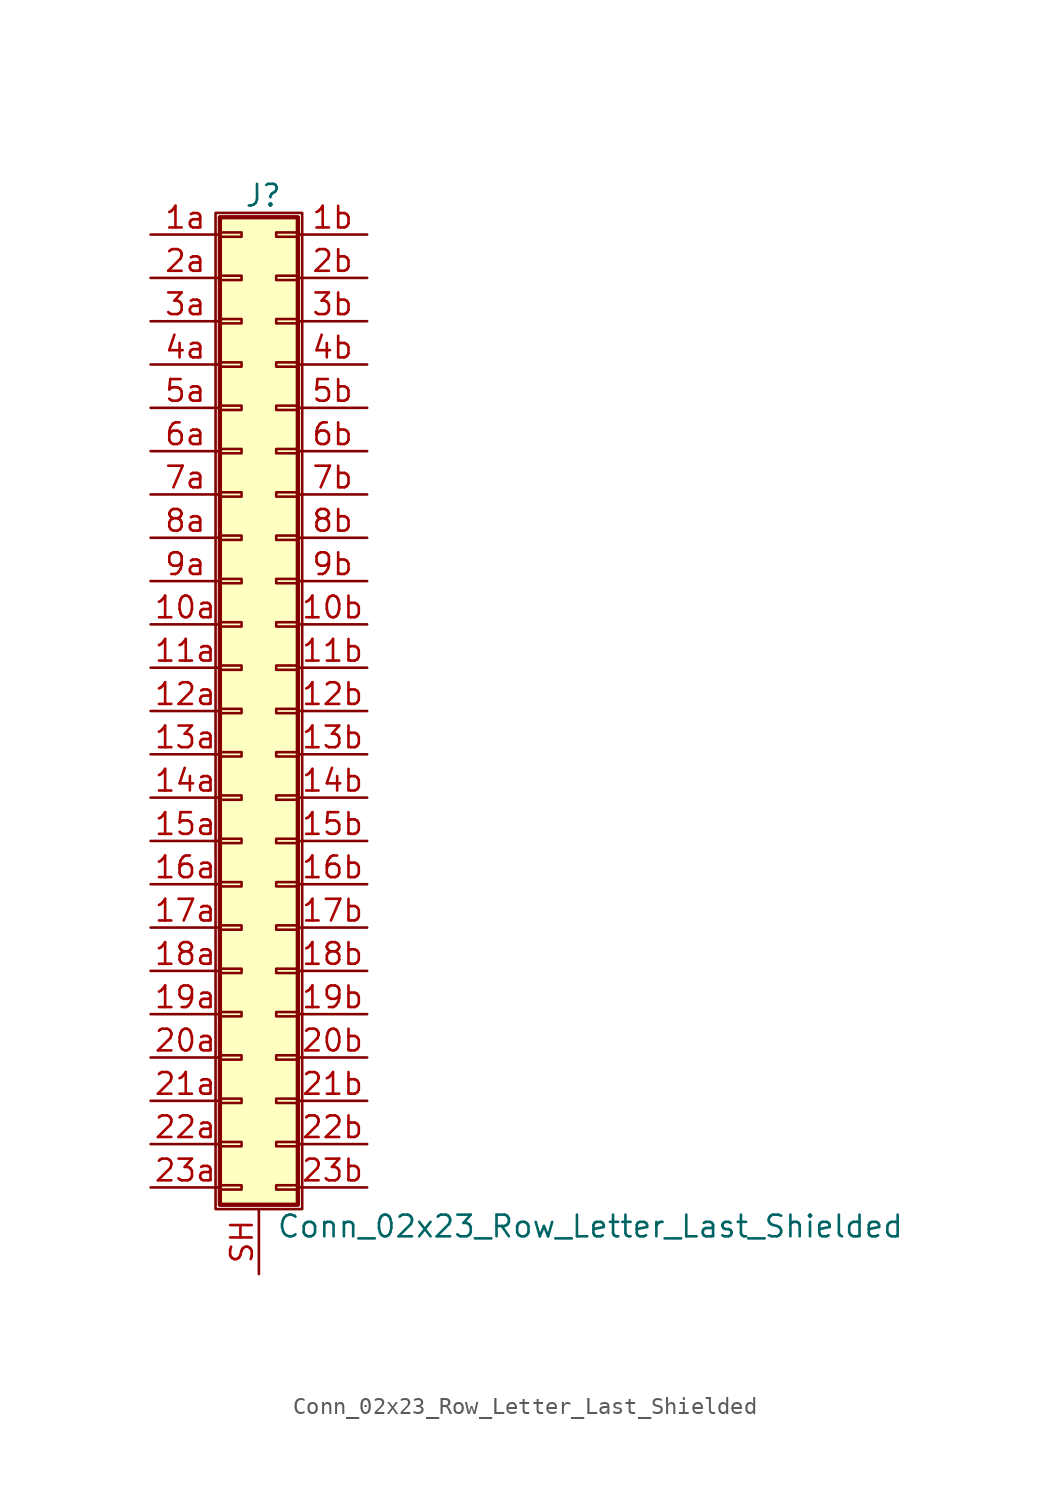
<source format=kicad_sym>
(kicad_symbol_lib
  (version 20201005)
  (generator kicad_symbol_editor)
  (symbol "Conn_02x23_Row_Letter_Last_Shielded"
    (pin_names
      (offset 1.016) hide)
    (property "Reference" "J"
      (at 1.524 30.226 0)
      (effects (font (size 1.27 1.27))))
    (property "Value" "Conn_02x23_Row_Letter_Last_Shielded"
      (at 2.286 -30.226 0)
      (effects (font (size 1.27 1.27)) (justify left)))
    (symbol "Conn_02x23_Row_Letter_Last_Shielded_1_1"
      (rectangle (start -1.27 29.21) (end 3.81 -29.21) (stroke (width 0.152)) (fill (type none)))
      (rectangle (start -1.016 -27.813) (end 0.254 -28.067) (stroke (width 0.152)) (fill (type none)))
      (rectangle (start -1.016 -25.273) (end 0.254 -25.527) (stroke (width 0.152)) (fill (type none)))
      (rectangle (start -1.016 -22.733) (end 0.254 -22.987) (stroke (width 0.152)) (fill (type none)))
      (rectangle (start -1.016 -20.193) (end 0.254 -20.447) (stroke (width 0.152)) (fill (type none)))
      (rectangle (start -1.016 -17.653) (end 0.254 -17.907) (stroke (width 0.152)) (fill (type none)))
      (rectangle (start -1.016 -15.113) (end 0.254 -15.367) (stroke (width 0.152)) (fill (type none)))
      (rectangle (start -1.016 -12.573) (end 0.254 -12.827) (stroke (width 0.152)) (fill (type none)))
      (rectangle (start -1.016 -10.033) (end 0.254 -10.287) (stroke (width 0.152)) (fill (type none)))
      (rectangle (start -1.016 -7.493) (end 0.254 -7.747) (stroke (width 0.152)) (fill (type none)))
      (rectangle (start -1.016 -4.953) (end 0.254 -5.207) (stroke (width 0.152)) (fill (type none)))
      (rectangle (start -1.016 -2.413) (end 0.254 -2.667) (stroke (width 0.152)) (fill (type none)))
      (rectangle (start -1.016 0.127) (end 0.254 -0.127) (stroke (width 0.152)) (fill (type none)))
      (rectangle (start -1.016 2.667) (end 0.254 2.413) (stroke (width 0.152)) (fill (type none)))
      (rectangle (start -1.016 5.207) (end 0.254 4.953) (stroke (width 0.152)) (fill (type none)))
      (rectangle (start -1.016 7.747) (end 0.254 7.493) (stroke (width 0.152)) (fill (type none)))
      (rectangle (start -1.016 10.287) (end 0.254 10.033) (stroke (width 0.152)) (fill (type none)))
      (rectangle (start -1.016 12.827) (end 0.254 12.573) (stroke (width 0.152)) (fill (type none)))
      (rectangle (start -1.016 15.367) (end 0.254 15.113) (stroke (width 0.152)) (fill (type none)))
      (rectangle (start -1.016 17.907) (end 0.254 17.653) (stroke (width 0.152)) (fill (type none)))
      (rectangle (start -1.016 20.447) (end 0.254 20.193) (stroke (width 0.152)) (fill (type none)))
      (rectangle (start -1.016 22.987) (end 0.254 22.733) (stroke (width 0.152)) (fill (type none)))
      (rectangle (start -1.016 25.527) (end 0.254 25.273) (stroke (width 0.152)) (fill (type none)))
      (rectangle (start -1.016 28.067) (end 0.254 27.813) (stroke (width 0.152)) (fill (type none)))
      (rectangle (start 3.556 -27.813) (end 2.286 -28.067) (stroke (width 0.152)) (fill (type none)))
      (rectangle (start 3.556 -25.273) (end 2.286 -25.527) (stroke (width 0.152)) (fill (type none)))
      (rectangle (start 3.556 -22.733) (end 2.286 -22.987) (stroke (width 0.152)) (fill (type none)))
      (rectangle (start 3.556 -20.193) (end 2.286 -20.447) (stroke (width 0.152)) (fill (type none)))
      (rectangle (start 3.556 -17.653) (end 2.286 -17.907) (stroke (width 0.152)) (fill (type none)))
      (rectangle (start 3.556 -15.113) (end 2.286 -15.367) (stroke (width 0.152)) (fill (type none)))
      (rectangle (start 3.556 -12.573) (end 2.286 -12.827) (stroke (width 0.152)) (fill (type none)))
      (rectangle (start 3.556 -10.033) (end 2.286 -10.287) (stroke (width 0.152)) (fill (type none)))
      (rectangle (start 3.556 -7.493) (end 2.286 -7.747) (stroke (width 0.152)) (fill (type none)))
      (rectangle (start 3.556 -4.953) (end 2.286 -5.207) (stroke (width 0.152)) (fill (type none)))
      (rectangle (start 3.556 -2.413) (end 2.286 -2.667) (stroke (width 0.152)) (fill (type none)))
      (rectangle (start 3.556 0.127) (end 2.286 -0.127) (stroke (width 0.152)) (fill (type none)))
      (rectangle (start 3.556 2.667) (end 2.286 2.413) (stroke (width 0.152)) (fill (type none)))
      (rectangle (start 3.556 5.207) (end 2.286 4.953) (stroke (width 0.152)) (fill (type none)))
      (rectangle (start 3.556 7.747) (end 2.286 7.493) (stroke (width 0.152)) (fill (type none)))
      (rectangle (start 3.556 10.287) (end 2.286 10.033) (stroke (width 0.152)) (fill (type none)))
      (rectangle (start 3.556 12.827) (end 2.286 12.573) (stroke (width 0.152)) (fill (type none)))
      (rectangle (start 3.556 15.367) (end 2.286 15.113) (stroke (width 0.152)) (fill (type none)))
      (rectangle (start 3.556 17.907) (end 2.286 17.653) (stroke (width 0.152)) (fill (type none)))
      (rectangle (start 3.556 20.447) (end 2.286 20.193) (stroke (width 0.152)) (fill (type none)))
      (rectangle (start 3.556 22.987) (end 2.286 22.733) (stroke (width 0.152)) (fill (type none)))
      (rectangle (start 3.556 25.527) (end 2.286 25.273) (stroke (width 0.152)) (fill (type none)))
      (rectangle (start 3.556 28.067) (end 2.286 27.813) (stroke (width 0.152)) (fill (type none)))
      (rectangle (start -1.016 28.956) (end 3.556 -28.956) (stroke (width 0.254)) (fill (type background)))
      (pin passive line (at -5.08 5.08 0) (length 4.064) (name "Pin_10a" (effects (font (size 1.27 1.27)))) (number "10a" (effects (font (size 1.27 1.27)))))
      (pin passive line (at 7.62 5.08 180) (length 4.064) (name "Pin_10b" (effects (font (size 1.27 1.27)))) (number "10b" (effects (font (size 1.27 1.27)))))
      (pin passive line (at -5.08 2.54 0) (length 4.064) (name "Pin_11a" (effects (font (size 1.27 1.27)))) (number "11a" (effects (font (size 1.27 1.27)))))
      (pin passive line (at 7.62 2.54 180) (length 4.064) (name "Pin_11b" (effects (font (size 1.27 1.27)))) (number "11b" (effects (font (size 1.27 1.27)))))
      (pin passive line (at -5.08 0 0) (length 4.064) (name "Pin_12a" (effects (font (size 1.27 1.27)))) (number "12a" (effects (font (size 1.27 1.27)))))
      (pin passive line (at 7.62 0 180) (length 4.064) (name "Pin_12b" (effects (font (size 1.27 1.27)))) (number "12b" (effects (font (size 1.27 1.27)))))
      (pin passive line (at -5.08 -2.54 0) (length 4.064) (name "Pin_13a" (effects (font (size 1.27 1.27)))) (number "13a" (effects (font (size 1.27 1.27)))))
      (pin passive line (at 7.62 -2.54 180) (length 4.064) (name "Pin_13b" (effects (font (size 1.27 1.27)))) (number "13b" (effects (font (size 1.27 1.27)))))
      (pin passive line (at -5.08 -5.08 0) (length 4.064) (name "Pin_14a" (effects (font (size 1.27 1.27)))) (number "14a" (effects (font (size 1.27 1.27)))))
      (pin passive line (at 7.62 -5.08 180) (length 4.064) (name "Pin_14b" (effects (font (size 1.27 1.27)))) (number "14b" (effects (font (size 1.27 1.27)))))
      (pin passive line (at -5.08 -7.62 0) (length 4.064) (name "Pin_15a" (effects (font (size 1.27 1.27)))) (number "15a" (effects (font (size 1.27 1.27)))))
      (pin passive line (at 7.62 -7.62 180) (length 4.064) (name "Pin_15b" (effects (font (size 1.27 1.27)))) (number "15b" (effects (font (size 1.27 1.27)))))
      (pin passive line (at -5.08 -10.16 0) (length 4.064) (name "Pin_16a" (effects (font (size 1.27 1.27)))) (number "16a" (effects (font (size 1.27 1.27)))))
      (pin passive line (at 7.62 -10.16 180) (length 4.064) (name "Pin_16b" (effects (font (size 1.27 1.27)))) (number "16b" (effects (font (size 1.27 1.27)))))
      (pin passive line (at -5.08 -12.7 0) (length 4.064) (name "Pin_17a" (effects (font (size 1.27 1.27)))) (number "17a" (effects (font (size 1.27 1.27)))))
      (pin passive line (at 7.62 -12.7 180) (length 4.064) (name "Pin_17b" (effects (font (size 1.27 1.27)))) (number "17b" (effects (font (size 1.27 1.27)))))
      (pin passive line (at -5.08 -15.24 0) (length 4.064) (name "Pin_18a" (effects (font (size 1.27 1.27)))) (number "18a" (effects (font (size 1.27 1.27)))))
      (pin passive line (at 7.62 -15.24 180) (length 4.064) (name "Pin_18b" (effects (font (size 1.27 1.27)))) (number "18b" (effects (font (size 1.27 1.27)))))
      (pin passive line (at -5.08 -17.78 0) (length 4.064) (name "Pin_19a" (effects (font (size 1.27 1.27)))) (number "19a" (effects (font (size 1.27 1.27)))))
      (pin passive line (at 7.62 -17.78 180) (length 4.064) (name "Pin_19b" (effects (font (size 1.27 1.27)))) (number "19b" (effects (font (size 1.27 1.27)))))
      (pin passive line (at -5.08 27.94 0) (length 4.064) (name "Pin_1a" (effects (font (size 1.27 1.27)))) (number "1a" (effects (font (size 1.27 1.27)))))
      (pin passive line (at 7.62 27.94 180) (length 4.064) (name "Pin_1b" (effects (font (size 1.27 1.27)))) (number "1b" (effects (font (size 1.27 1.27)))))
      (pin passive line (at -5.08 -20.32 0) (length 4.064) (name "Pin_20a" (effects (font (size 1.27 1.27)))) (number "20a" (effects (font (size 1.27 1.27)))))
      (pin passive line (at 7.62 -20.32 180) (length 4.064) (name "Pin_20b" (effects (font (size 1.27 1.27)))) (number "20b" (effects (font (size 1.27 1.27)))))
      (pin passive line (at -5.08 -22.86 0) (length 4.064) (name "Pin_21a" (effects (font (size 1.27 1.27)))) (number "21a" (effects (font (size 1.27 1.27)))))
      (pin passive line (at 7.62 -22.86 180) (length 4.064) (name "Pin_21b" (effects (font (size 1.27 1.27)))) (number "21b" (effects (font (size 1.27 1.27)))))
      (pin passive line (at -5.08 -25.4 0) (length 4.064) (name "Pin_22a" (effects (font (size 1.27 1.27)))) (number "22a" (effects (font (size 1.27 1.27)))))
      (pin passive line (at 7.62 -25.4 180) (length 4.064) (name "Pin_22b" (effects (font (size 1.27 1.27)))) (number "22b" (effects (font (size 1.27 1.27)))))
      (pin passive line (at -5.08 -27.94 0) (length 4.064) (name "Pin_23a" (effects (font (size 1.27 1.27)))) (number "23a" (effects (font (size 1.27 1.27)))))
      (pin passive line (at 7.62 -27.94 180) (length 4.064) (name "Pin_23b" (effects (font (size 1.27 1.27)))) (number "23b" (effects (font (size 1.27 1.27)))))
      (pin passive line (at -5.08 25.4 0) (length 4.064) (name "Pin_2a" (effects (font (size 1.27 1.27)))) (number "2a" (effects (font (size 1.27 1.27)))))
      (pin passive line (at 7.62 25.4 180) (length 4.064) (name "Pin_2b" (effects (font (size 1.27 1.27)))) (number "2b" (effects (font (size 1.27 1.27)))))
      (pin passive line (at -5.08 22.86 0) (length 4.064) (name "Pin_3a" (effects (font (size 1.27 1.27)))) (number "3a" (effects (font (size 1.27 1.27)))))
      (pin passive line (at 7.62 22.86 180) (length 4.064) (name "Pin_3b" (effects (font (size 1.27 1.27)))) (number "3b" (effects (font (size 1.27 1.27)))))
      (pin passive line (at -5.08 20.32 0) (length 4.064) (name "Pin_4a" (effects (font (size 1.27 1.27)))) (number "4a" (effects (font (size 1.27 1.27)))))
      (pin passive line (at 7.62 20.32 180) (length 4.064) (name "Pin_4b" (effects (font (size 1.27 1.27)))) (number "4b" (effects (font (size 1.27 1.27)))))
      (pin passive line (at -5.08 17.78 0) (length 4.064) (name "Pin_5a" (effects (font (size 1.27 1.27)))) (number "5a" (effects (font (size 1.27 1.27)))))
      (pin passive line (at 7.62 17.78 180) (length 4.064) (name "Pin_5b" (effects (font (size 1.27 1.27)))) (number "5b" (effects (font (size 1.27 1.27)))))
      (pin passive line (at -5.08 15.24 0) (length 4.064) (name "Pin_6a" (effects (font (size 1.27 1.27)))) (number "6a" (effects (font (size 1.27 1.27)))))
      (pin passive line (at 7.62 15.24 180) (length 4.064) (name "Pin_6b" (effects (font (size 1.27 1.27)))) (number "6b" (effects (font (size 1.27 1.27)))))
      (pin passive line (at -5.08 12.7 0) (length 4.064) (name "Pin_7a" (effects (font (size 1.27 1.27)))) (number "7a" (effects (font (size 1.27 1.27)))))
      (pin passive line (at 7.62 12.7 180) (length 4.064) (name "Pin_7b" (effects (font (size 1.27 1.27)))) (number "7b" (effects (font (size 1.27 1.27)))))
      (pin passive line (at -5.08 10.16 0) (length 4.064) (name "Pin_8a" (effects (font (size 1.27 1.27)))) (number "8a" (effects (font (size 1.27 1.27)))))
      (pin passive line (at 7.62 10.16 180) (length 4.064) (name "Pin_8b" (effects (font (size 1.27 1.27)))) (number "8b" (effects (font (size 1.27 1.27)))))
      (pin passive line (at -5.08 7.62 0) (length 4.064) (name "Pin_9a" (effects (font (size 1.27 1.27)))) (number "9a" (effects (font (size 1.27 1.27)))))
      (pin passive line (at 7.62 7.62 180) (length 4.064) (name "Pin_9b" (effects (font (size 1.27 1.27)))) (number "9b" (effects (font (size 1.27 1.27)))))
      (pin passive line (at 1.27 -33.02 90) (length 3.81) (name "Shield" (effects (font (size 1.27 1.27)))) (number "SH" (effects (font (size 1.27 1.27))))))))
</source>
